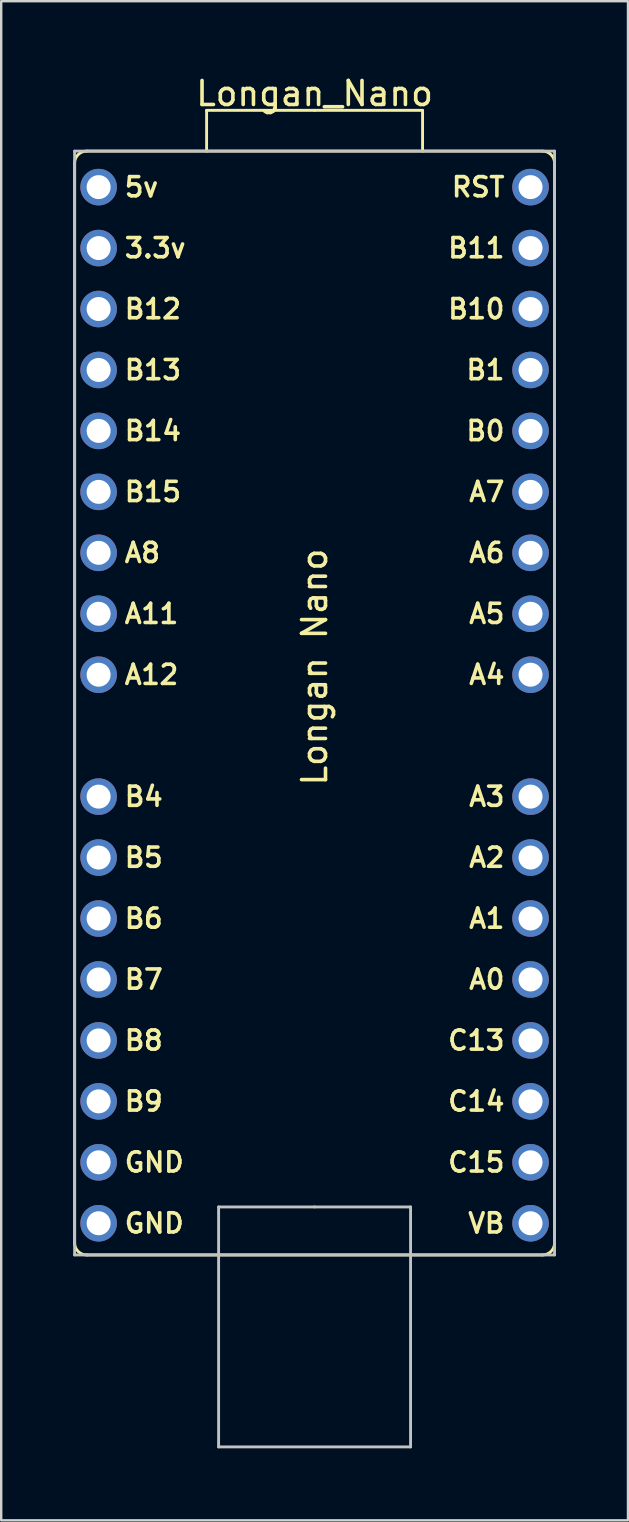
<source format=kicad_pcb>
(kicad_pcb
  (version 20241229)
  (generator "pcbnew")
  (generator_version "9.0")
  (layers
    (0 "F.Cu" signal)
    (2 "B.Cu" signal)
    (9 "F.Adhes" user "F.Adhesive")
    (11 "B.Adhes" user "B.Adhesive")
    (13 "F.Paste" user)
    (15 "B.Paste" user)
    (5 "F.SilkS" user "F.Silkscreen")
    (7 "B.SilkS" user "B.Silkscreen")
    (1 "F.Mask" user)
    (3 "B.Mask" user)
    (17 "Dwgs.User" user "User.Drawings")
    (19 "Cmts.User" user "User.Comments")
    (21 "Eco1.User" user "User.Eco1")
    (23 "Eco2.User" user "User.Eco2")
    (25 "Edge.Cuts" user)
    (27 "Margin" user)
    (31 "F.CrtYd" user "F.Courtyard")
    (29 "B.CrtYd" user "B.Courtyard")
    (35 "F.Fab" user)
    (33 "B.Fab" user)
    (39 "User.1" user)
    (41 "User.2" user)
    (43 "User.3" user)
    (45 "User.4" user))
  (footprint "Longan_Nano"
    (layer "F.Cu")
    (at 10.06 26.248)
    (property "Reference" "Longan_Nano" (at 0 -25.4 0) (layer "F.SilkS") (effects (font (size 1 1) (thickness 0.15))))
    (attr through_hole)
    (fp_line (start -10 -22.5) (end -10 22.5) (stroke (width 0.12) (type solid)) (layer "F.SilkS"))
    (fp_line (start -9.5 23) (end 9.5 23) (stroke (width 0.12) (type solid)) (layer "F.SilkS"))
    (fp_line (start -4.5 -24.7) (end -4.5 -23) (stroke (width 0.12) (type solid)) (layer "F.SilkS"))
    (fp_line (start 0 -24.7) (end -4.5 -24.7) (stroke (width 0.12) (type solid)) (layer "F.SilkS"))
    (fp_line (start 0 -24.7) (end 4.5 -24.7) (stroke (width 0.12) (type solid)) (layer "F.SilkS"))
    (fp_line (start 4.5 -24.7) (end 4.5 -23) (stroke (width 0.12) (type solid)) (layer "F.SilkS"))
    (fp_line (start 9.5 -23) (end -9.5 -23) (stroke (width 0.12) (type solid)) (layer "F.SilkS"))
    (fp_line (start 10 22.5) (end 10 -22.5) (stroke (width 0.12) (type solid)) (layer "F.SilkS"))
    (fp_arc (start -10 -22.5) (mid -9.853553 -22.853553) (end -9.5 -23) (stroke (width 0.12) (type solid)) (layer "F.SilkS"))
    (fp_arc (start -9.5 23) (mid -9.853553 22.853553) (end -10 22.5) (stroke (width 0.12) (type solid)) (layer "F.SilkS"))
    (fp_arc (start 9.5 -23) (mid 9.853553 -22.853553) (end 10 -22.5) (stroke (width 0.12) (type solid)) (layer "F.SilkS"))
    (fp_arc (start 10 22.5) (mid 9.853553 22.853553) (end 9.5 23) (stroke (width 0.12) (type solid)) (layer "F.SilkS"))
    (fp_line (start -10 -23) (end 10 -23) (stroke (width 0.12) (type solid)) (layer "Dwgs.User"))
    (fp_line (start -10 -1.5) (end -10 -23) (stroke (width 0.12) (type solid)) (layer "Dwgs.User"))
    (fp_line (start -10 23) (end -10 -1.5) (stroke (width 0.12) (type solid)) (layer "Dwgs.User"))
    (fp_line (start -4 21) (end -4 31) (stroke (width 0.12) (type solid)) (layer "Dwgs.User"))
    (fp_line (start -4 31) (end 4 31) (stroke (width 0.12) (type solid)) (layer "Dwgs.User"))
    (fp_line (start 0 21) (end -4 21) (stroke (width 0.12) (type solid)) (layer "Dwgs.User"))
    (fp_line (start 4 21) (end 0 21) (stroke (width 0.12) (type solid)) (layer "Dwgs.User"))
    (fp_line (start 4 31) (end 4 21) (stroke (width 0.12) (type solid)) (layer "Dwgs.User"))
    (fp_line (start 10 -23) (end 10 -1.5) (stroke (width 0.12) (type solid)) (layer "Dwgs.User"))
    (fp_line (start 10 -1.5) (end 10 23) (stroke (width 0.12) (type solid)) (layer "Dwgs.User"))
    (fp_line (start 10 23) (end -10 23) (stroke (width 0.12) (type solid)) (layer "Dwgs.User"))
    (fp_text user "A3" (at 8 3.9 0) (layer "F.SilkS") (effects (font (size 0.8 0.8) (thickness 0.15)) (justify right)))
    (fp_text user "A7" (at 8 -8.8 0) (layer "F.SilkS") (effects (font (size 0.8 0.8) (thickness 0.15)) (justify right)))
    (fp_text user "B15" (at -8 -8.8 0) (layer "F.SilkS") (effects (font (size 0.8 0.8) (thickness 0.15)) (justify left)))
    (fp_text user "C13" (at 8 14.06 0) (layer "F.SilkS") (effects (font (size 0.8 0.8) (thickness 0.15)) (justify right)))
    (fp_text user "A0" (at 8 11.52 0) (layer "F.SilkS") (effects (font (size 0.8 0.8) (thickness 0.15)) (justify right)))
    (fp_text user "B5" (at -8 6.44 0) (layer "F.SilkS") (effects (font (size 0.8 0.8) (thickness 0.15)) (justify left)))
    (fp_text user "Longan Nano" (at 0 -1.5 270) (layer "F.SilkS") (effects (font (size 1 1) (thickness 0.15))))
    (fp_text user "A11" (at -8 -3.72 0) (layer "F.SilkS") (effects (font (size 0.8 0.8) (thickness 0.15)) (justify left)))
    (fp_text user "B13" (at -8 -13.88 0) (layer "F.SilkS") (effects (font (size 0.8 0.8) (thickness 0.15)) (justify left)))
    (fp_text user "B1" (at 8 -13.88 0) (layer "F.SilkS") (effects (font (size 0.8 0.8) (thickness 0.15)) (justify right)))
    (fp_text user "B7" (at -8 11.52 0) (layer "F.SilkS") (effects (font (size 0.8 0.8) (thickness 0.15)) (justify left)))
    (fp_text user "C15" (at 8 19.14 0) (layer "F.SilkS") (effects (font (size 0.8 0.8) (thickness 0.15)) (justify right)))
    (fp_text user "A4" (at 8 -1.18 0) (layer "F.SilkS") (effects (font (size 0.8 0.8) (thickness 0.15)) (justify right)))
    (fp_text user "B8" (at -8 14.06 0) (layer "F.SilkS") (effects (font (size 0.8 0.8) (thickness 0.15)) (justify left)))
    (fp_text user "GND" (at -8 21.68 0) (layer "F.SilkS") (effects (font (size 0.8 0.8) (thickness 0.15)) (justify left)))
    (fp_text user "RST" (at 8 -21.5 0) (layer "F.SilkS") (effects (font (size 0.8 0.8) (thickness 0.15)) (justify right)))
    (fp_text user "B0" (at 8 -11.34 0) (layer "F.SilkS") (effects (font (size 0.8 0.8) (thickness 0.15)) (justify right)))
    (fp_text user "A6" (at 8 -6.26 0) (layer "F.SilkS") (effects (font (size 0.8 0.8) (thickness 0.15)) (justify right)))
    (fp_text user "A8" (at -8 -6.26 0) (layer "F.SilkS") (effects (font (size 0.8 0.8) (thickness 0.15)) (justify left)))
    (fp_text user "B4" (at -8 3.9 0) (layer "F.SilkS") (effects (font (size 0.8 0.8) (thickness 0.15)) (justify left)))
    (fp_text user "A12" (at -8 -1.18 0) (layer "F.SilkS") (effects (font (size 0.8 0.8) (thickness 0.15)) (justify left)))
    (fp_text user "B9" (at -8 16.6 0) (layer "F.SilkS") (effects (font (size 0.8 0.8) (thickness 0.15)) (justify left)))
    (fp_text user "A1" (at 8 8.98 0) (layer "F.SilkS") (effects (font (size 0.8 0.8) (thickness 0.15)) (justify right)))
    (fp_text user "B11" (at 8 -18.96 0) (layer "F.SilkS") (effects (font (size 0.8 0.8) (thickness 0.15)) (justify right)))
    (fp_text user "B6" (at -8 8.98 0) (layer "F.SilkS") (effects (font (size 0.8 0.8) (thickness 0.15)) (justify left)))
    (fp_text user "B14" (at -8 -11.34 0) (layer "F.SilkS") (effects (font (size 0.8 0.8) (thickness 0.15)) (justify left)))
    (fp_text user "B12" (at -8 -16.42 0) (layer "F.SilkS") (effects (font (size 0.8 0.8) (thickness 0.15)) (justify left)))
    (fp_text user "VB" (at 8 21.68 0) (layer "F.SilkS") (effects (font (size 0.8 0.8) (thickness 0.15)) (justify right)))
    (fp_text user "B10" (at 8 -16.42 0) (layer "F.SilkS") (effects (font (size 0.8 0.8) (thickness 0.15)) (justify right)))
    (fp_text user "A5" (at 8 -3.72 0) (layer "F.SilkS") (effects (font (size 0.8 0.8) (thickness 0.15)) (justify right)))
    (fp_text user "C14" (at 8 16.6 0) (layer "F.SilkS") (effects (font (size 0.8 0.8) (thickness 0.15)) (justify right)))
    (fp_text user "3.3v" (at -8 -18.96 0) (layer "F.SilkS") (effects (font (size 0.8 0.8) (thickness 0.15)) (justify left)))
    (fp_text user "A2" (at 8 6.44 0) (layer "F.SilkS") (effects (font (size 0.8 0.8) (thickness 0.15)) (justify right)))
    (fp_text user "GND" (at -8 19.14 0) (layer "F.SilkS") (effects (font (size 0.8 0.8) (thickness 0.15)) (justify left)))
    (fp_text user "5v" (at -8 -21.5 0) (layer "F.SilkS") (effects (font (size 0.8 0.8) (thickness 0.15)) (justify left)))
    (pad "1" thru_hole circle (at -9 -21.5) (size 1.524 1.524) (drill 1) (layers "*.Cu" "*.Mask"))
    (pad "2" thru_hole circle (at -9 -18.96) (size 1.524 1.524) (drill 1) (layers "*.Cu" "*.Mask"))
    (pad "3" thru_hole circle (at -9 -16.42) (size 1.524 1.524) (drill 1) (layers "*.Cu" "*.Mask"))
    (pad "4" thru_hole circle (at -9 -13.88) (size 1.524 1.524) (drill 1) (layers "*.Cu" "*.Mask"))
    (pad "5" thru_hole circle (at -9 -11.34) (size 1.524 1.524) (drill 1) (layers "*.Cu" "*.Mask"))
    (pad "6" thru_hole circle (at -9 -8.8) (size 1.524 1.524) (drill 1) (layers "*.Cu" "*.Mask"))
    (pad "7" thru_hole circle (at -9 -6.26) (size 1.524 1.524) (drill 1) (layers "*.Cu" "*.Mask"))
    (pad "8" thru_hole circle (at -9 -3.72) (size 1.524 1.524) (drill 1) (layers "*.Cu" "*.Mask"))
    (pad "9" thru_hole circle (at -9 -1.18) (size 1.524 1.524) (drill 1) (layers "*.Cu" "*.Mask"))
    (pad "10" thru_hole circle (at -9 3.9) (size 1.524 1.524) (drill 1) (layers "*.Cu" "*.Mask"))
    (pad "11" thru_hole circle (at -9 6.44) (size 1.524 1.524) (drill 1) (layers "*.Cu" "*.Mask"))
    (pad "12" thru_hole circle (at -9 8.98) (size 1.524 1.524) (drill 1) (layers "*.Cu" "*.Mask"))
    (pad "13" thru_hole circle (at -9 11.52) (size 1.524 1.524) (drill 1) (layers "*.Cu" "*.Mask"))
    (pad "14" thru_hole circle (at -9 14.06) (size 1.524 1.524) (drill 1) (layers "*.Cu" "*.Mask"))
    (pad "15" thru_hole circle (at -9 16.6) (size 1.524 1.524) (drill 1) (layers "*.Cu" "*.Mask"))
    (pad "16" thru_hole circle (at -9 19.14) (size 1.524 1.524) (drill 1) (layers "*.Cu" "*.Mask"))
    (pad "17" thru_hole circle (at -9 21.68) (size 1.524 1.524) (drill 1) (layers "*.Cu" "*.Mask"))
    (pad "18" thru_hole circle (at 9 21.68) (size 1.524 1.524) (drill 1) (layers "*.Cu" "*.Mask"))
    (pad "19" thru_hole circle (at 9 19.14) (size 1.524 1.524) (drill 1) (layers "*.Cu" "*.Mask"))
    (pad "20" thru_hole circle (at 9 16.6) (size 1.524 1.524) (drill 1) (layers "*.Cu" "*.Mask"))
    (pad "21" thru_hole circle (at 9 14.06) (size 1.524 1.524) (drill 1) (layers "*.Cu" "*.Mask"))
    (pad "22" thru_hole circle (at 9 11.52) (size 1.524 1.524) (drill 1) (layers "*.Cu" "*.Mask"))
    (pad "23" thru_hole circle (at 9 8.98) (size 1.524 1.524) (drill 1) (layers "*.Cu" "*.Mask"))
    (pad "24" thru_hole circle (at 9 6.44) (size 1.524 1.524) (drill 1) (layers "*.Cu" "*.Mask"))
    (pad "25" thru_hole circle (at 9 3.9) (size 1.524 1.524) (drill 1) (layers "*.Cu" "*.Mask"))
    (pad "26" thru_hole circle (at 9 -1.18) (size 1.524 1.524) (drill 1) (layers "*.Cu" "*.Mask"))
    (pad "27" thru_hole circle (at 9 -3.72) (size 1.524 1.524) (drill 1) (layers "*.Cu" "*.Mask"))
    (pad "28" thru_hole circle (at 9 -6.26) (size 1.524 1.524) (drill 1) (layers "*.Cu" "*.Mask"))
    (pad "29" thru_hole circle (at 9 -8.8) (size 1.524 1.524) (drill 1) (layers "*.Cu" "*.Mask"))
    (pad "30" thru_hole circle (at 9 -11.34) (size 1.524 1.524) (drill 1) (layers "*.Cu" "*.Mask"))
    (pad "31" thru_hole circle (at 9 -13.88) (size 1.524 1.524) (drill 1) (layers "*.Cu" "*.Mask"))
    (pad "32" thru_hole circle (at 9 -16.42) (size 1.524 1.524) (drill 1) (layers "*.Cu" "*.Mask"))
    (pad "33" thru_hole circle (at 9 -18.96) (size 1.524 1.524) (drill 1) (layers "*.Cu" "*.Mask"))
    (pad "34" thru_hole circle (at 9 -21.5) (size 1.524 1.524) (drill 1) (layers "*.Cu" "*.Mask")))
  (gr_rect
    (start -3 -3)
    (end 23.12 60.308)
    (stroke (width 0.1) (type default))
    (fill no)
    (layer "Edge.Cuts")))
</source>
